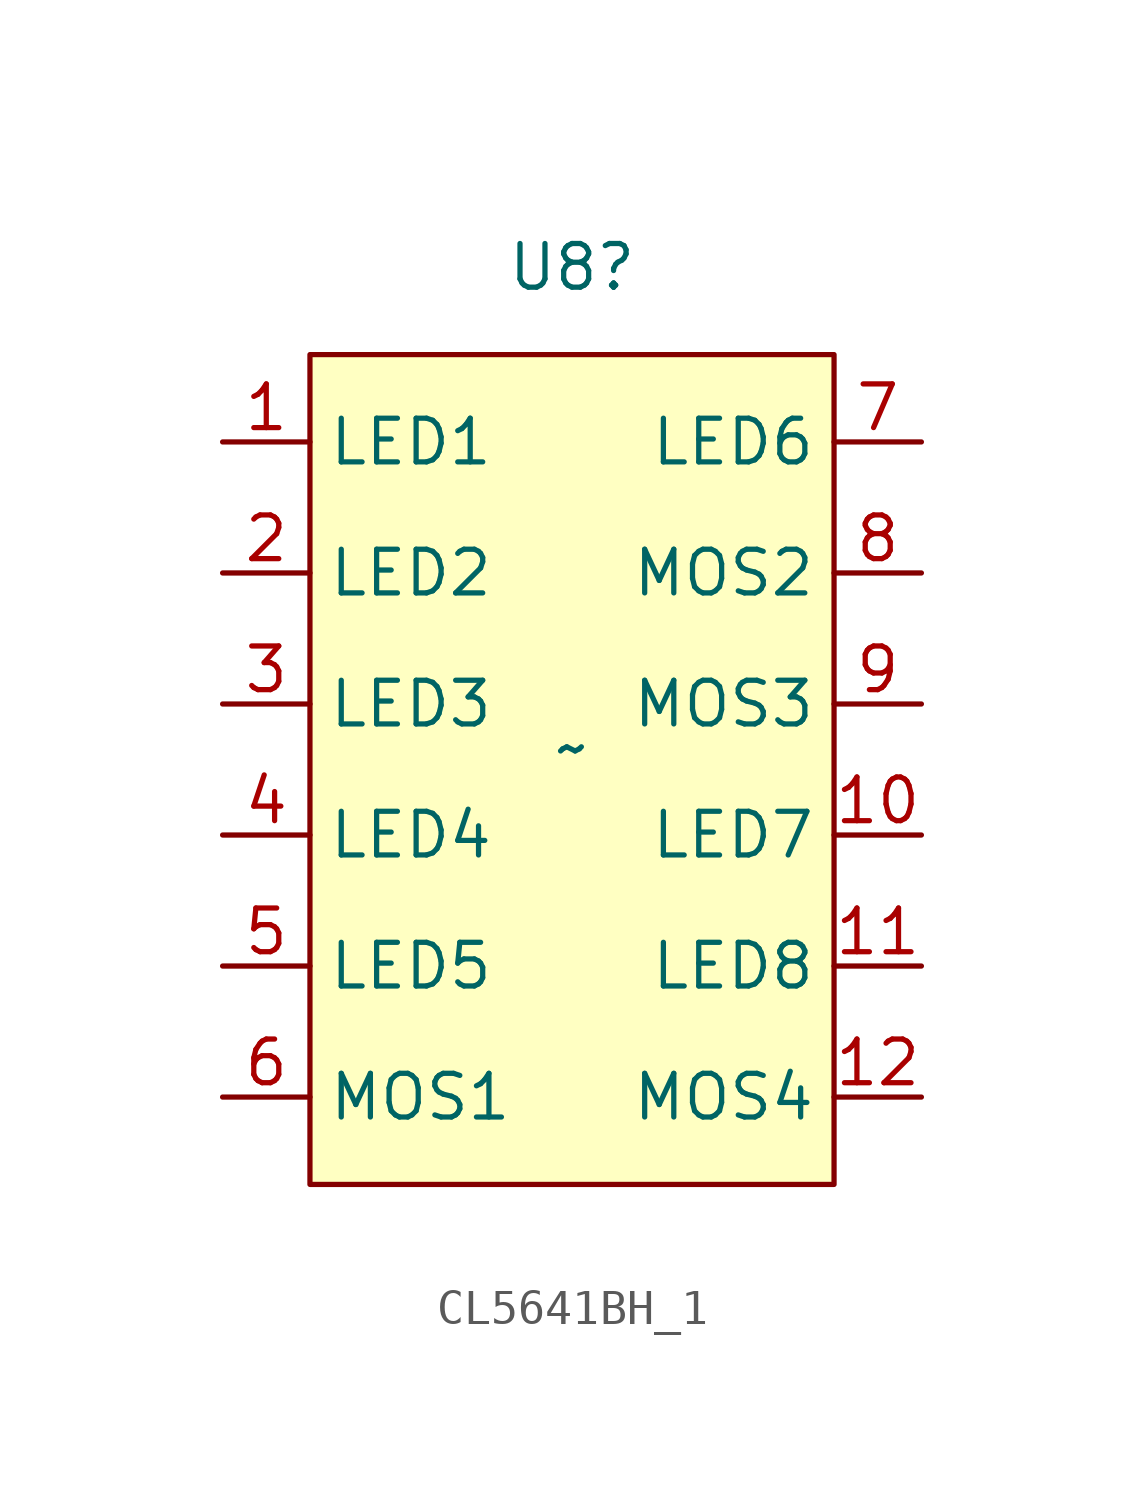
<source format=kicad_sym>
(kicad_symbol_lib
  (version 20220914)
  (generator kicad_symbol_editor)
  (symbol "CL5641BH_1"
    (property "Reference" "U8"
      (at 0 13.97 0)
      (effects (font (size 1.27 1.27))))
    (property "Value" "~"
      (at 0 0 0)
      (effects (font (size 1.27 1.27))))
    (symbol "CL5641BH_1_1_1"
      (rectangle (start -7.62 11.43) (end 7.62 -12.7) (stroke (width 0) (type default)) (fill (type background)))
      (pin bidirectional line (at -10.16 8.89 0) (length 2.54) (name "LED1" (effects (font (size 1.27 1.27)))) (number "1" (effects (font (size 1.27 1.27)))))
      (pin bidirectional line (at 10.16 -2.54 180) (length 2.54) (name "LED7" (effects (font (size 1.27 1.27)))) (number "10" (effects (font (size 1.27 1.27)))))
      (pin bidirectional line (at 10.16 -6.35 180) (length 2.54) (name "LED8" (effects (font (size 1.27 1.27)))) (number "11" (effects (font (size 1.27 1.27)))))
      (pin bidirectional line (at 10.16 -10.16 180) (length 2.54) (name "MOS4" (effects (font (size 1.27 1.27)))) (number "12" (effects (font (size 1.27 1.27)))))
      (pin bidirectional line (at -10.16 5.08 0) (length 2.54) (name "LED2" (effects (font (size 1.27 1.27)))) (number "2" (effects (font (size 1.27 1.27)))))
      (pin bidirectional line (at -10.16 1.27 0) (length 2.54) (name "LED3" (effects (font (size 1.27 1.27)))) (number "3" (effects (font (size 1.27 1.27)))))
      (pin bidirectional line (at -10.16 -2.54 0) (length 2.54) (name "LED4" (effects (font (size 1.27 1.27)))) (number "4" (effects (font (size 1.27 1.27)))))
      (pin bidirectional line (at -10.16 -6.35 0) (length 2.54) (name "LED5" (effects (font (size 1.27 1.27)))) (number "5" (effects (font (size 1.27 1.27)))))
      (pin bidirectional line (at -10.16 -10.16 0) (length 2.54) (name "MOS1" (effects (font (size 1.27 1.27)))) (number "6" (effects (font (size 1.27 1.27)))))
      (pin bidirectional line (at 10.16 8.89 180) (length 2.54) (name "LED6" (effects (font (size 1.27 1.27)))) (number "7" (effects (font (size 1.27 1.27)))))
      (pin bidirectional line (at 10.16 5.08 180) (length 2.54) (name "MOS2" (effects (font (size 1.27 1.27)))) (number "8" (effects (font (size 1.27 1.27)))))
      (pin bidirectional line (at 10.16 1.27 180) (length 2.54) (name "MOS3" (effects (font (size 1.27 1.27)))) (number "9" (effects (font (size 1.27 1.27))))))))
</source>
